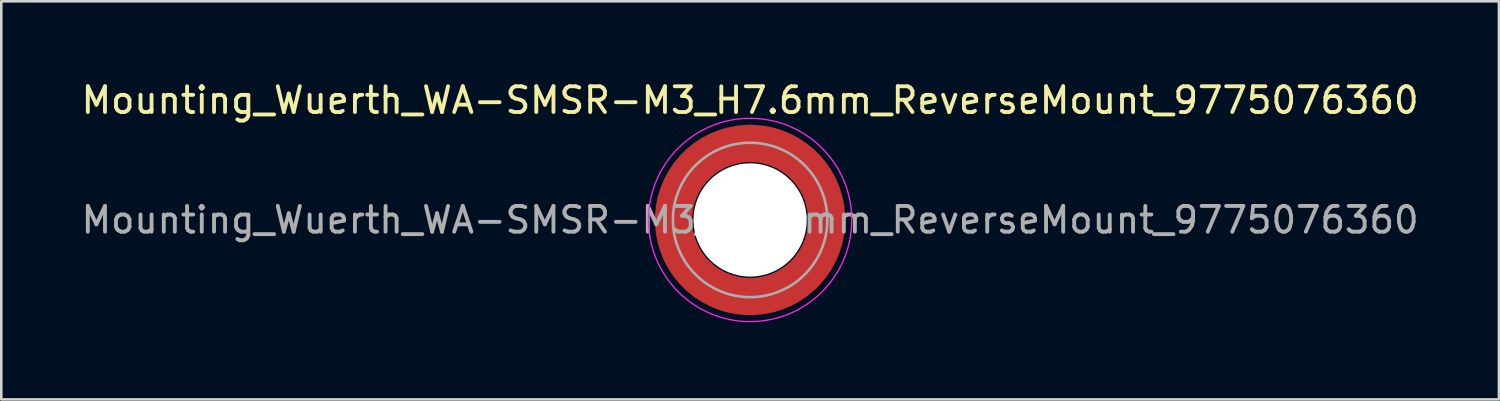
<source format=kicad_pcb>
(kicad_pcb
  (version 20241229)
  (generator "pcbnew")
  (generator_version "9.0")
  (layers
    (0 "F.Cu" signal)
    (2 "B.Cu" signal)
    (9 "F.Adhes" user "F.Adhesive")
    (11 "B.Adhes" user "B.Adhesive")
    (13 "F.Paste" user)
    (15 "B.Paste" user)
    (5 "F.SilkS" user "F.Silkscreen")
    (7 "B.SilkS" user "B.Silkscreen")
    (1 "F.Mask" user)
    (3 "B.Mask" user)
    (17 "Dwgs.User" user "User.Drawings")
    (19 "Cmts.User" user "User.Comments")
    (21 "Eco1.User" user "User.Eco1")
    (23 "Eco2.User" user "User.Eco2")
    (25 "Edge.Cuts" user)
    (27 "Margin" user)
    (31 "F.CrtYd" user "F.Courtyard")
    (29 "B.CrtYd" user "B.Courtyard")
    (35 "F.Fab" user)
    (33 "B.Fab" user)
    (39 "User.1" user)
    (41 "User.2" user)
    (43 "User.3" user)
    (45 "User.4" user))
  (footprint "Mounting_Wuerth_WA-SMSR-M3_H7.6mm_ReverseMount_9775076360"
    (layer "F.Cu")
    (at 26.101 5.498)
    (property "Reference" "Mounting_Wuerth_WA-SMSR-M3_H7.6mm_ReverseMount_9775076360" (at 0 -4.65 0) (layer "F.SilkS") (effects (font (size 1 1) (thickness 0.15))))
    (attr smd)
    (fp_circle (center 0 0) (end 3.95 0) (stroke (width 0.05) (type solid)) (fill no) (layer "F.CrtYd"))
    (fp_circle (center 0 0) (end 3 0) (stroke (width 0.1) (type solid)) (fill no) (layer "F.Fab"))
    (fp_text user "${REFERENCE}" (at 0 0 0) (layer "F.Fab") (effects (font (size 1 1) (thickness 0.15))))
    (pad "" smd custom (at -2.095 -2.095) (size 0.672 0.672) (layers "F.Paste") (options (anchor circle)) (primitives (gr_arc (start -0.24231 1.594804) (mid 0.404819 0.404819) (end 1.594804 -0.24231) (width 0.2)) (gr_arc (start -0.3398 1.594804) (mid 0.337349 0.337349) (end 1.594804 -0.3398) (width 0.2)) (gr_arc (start -0.437132 1.594804) (mid 0.269879 0.269879) (end 1.594804 -0.437132) (width 0.2)) (gr_arc (start -0.534324 1.594804) (mid 0.202409 0.202409) (end 1.594804 -0.534324) (width 0.2)) (gr_arc (start -0.631391 1.594804) (mid 0.134939 0.134939) (end 1.594804 -0.631391) (width 0.2)) (gr_arc (start -0.728345 1.594804) (mid 0.06747 0.06747) (end 1.594804 -0.728345) (width 0.2)) (gr_arc (start -0.825197 1.594804) (mid 0 0) (end 1.594804 -0.825197) (width 0.2)) (gr_arc (start -0.921958 1.594804) (mid -0.067469 -0.067469) (end 1.594804 -0.921958) (width 0.2)) (gr_arc (start -1.018637 1.594804) (mid -0.13494 -0.13494) (end 1.594804 -1.018637) (width 0.2)) (gr_arc (start -1.115239 1.594804) (mid -0.202409 -0.202409) (end 1.594804 -1.115239) (width 0.2)) (gr_arc (start -1.211773 1.594804) (mid -0.269879 -0.269879) (end 1.594804 -1.211773) (width 0.2)) (gr_arc (start -1.308244 1.594804) (mid -0.337349 -0.337349) (end 1.594804 -1.308244) (width 0.2)) (gr_arc (start -1.404657 1.594804) (mid -0.404819 -0.404819) (end 1.594804 -1.404657) (width 0.2)) (gr_arc (start -1.404657 1.594804) (mid -0.404819 -0.404819) (end 1.594804 -1.404657) (width 0.2)) (gr_line (start 1.595 -0.242) (end 1.595 -1.405) (width 0.2)) (gr_line (start -0.242 1.595) (end -1.405 1.595) (width 0.2))))
    (pad "" smd custom (at -2.095 2.095) (size 0.672 0.672) (layers "F.Paste") (options (anchor circle)) (primitives (gr_arc (start 1.594804 0.24231) (mid 0.404819 -0.404819) (end -0.24231 -1.594804) (width 0.2)) (gr_arc (start 1.594804 0.3398) (mid 0.337349 -0.337349) (end -0.3398 -1.594804) (width 0.2)) (gr_arc (start 1.594804 0.437132) (mid 0.269879 -0.269879) (end -0.437132 -1.594804) (width 0.2)) (gr_arc (start 1.594804 0.534324) (mid 0.202409 -0.202409) (end -0.534324 -1.594804) (width 0.2)) (gr_arc (start 1.594804 0.631391) (mid 0.134939 -0.134939) (end -0.631391 -1.594804) (width 0.2)) (gr_arc (start 1.594804 0.728345) (mid 0.06747 -0.06747) (end -0.728345 -1.594804) (width 0.2)) (gr_arc (start 1.594804 0.825197) (mid 0 0) (end -0.825197 -1.594804) (width 0.2)) (gr_arc (start 1.594804 0.921958) (mid -0.067469 0.067469) (end -0.921958 -1.594804) (width 0.2)) (gr_arc (start 1.594804 1.018637) (mid -0.13494 0.13494) (end -1.018637 -1.594804) (width 0.2)) (gr_arc (start 1.594804 1.115239) (mid -0.202409 0.202409) (end -1.115239 -1.594804) (width 0.2)) (gr_arc (start 1.594804 1.211773) (mid -0.269879 0.269879) (end -1.211773 -1.594804) (width 0.2)) (gr_arc (start 1.594804 1.308244) (mid -0.337349 0.337349) (end -1.308244 -1.594804) (width 0.2)) (gr_arc (start 1.594804 1.404657) (mid -0.404819 0.404819) (end -1.404657 -1.594804) (width 0.2)) (gr_arc (start 1.594804 1.404657) (mid -0.404819 0.404819) (end -1.404657 -1.594804) (width 0.2)) (gr_line (start -0.242 -1.595) (end -1.405 -1.595) (width 0.2)) (gr_line (start 1.595 0.242) (end 1.595 1.405) (width 0.2))))
    (pad "" np_thru_hole circle (at 0 0) (size 4.4 4.4) (drill 4.4) (layers "*.Cu" "*.Mask"))
    (pad "" smd custom (at 2.095 -2.095) (size 0.672 0.672) (layers "F.Paste") (options (anchor circle)) (primitives (gr_arc (start -1.594804 -0.24231) (mid -0.404819 0.404819) (end 0.24231 1.594804) (width 0.2)) (gr_arc (start -1.594804 -0.3398) (mid -0.337349 0.337349) (end 0.3398 1.594804) (width 0.2)) (gr_arc (start -1.594804 -0.437132) (mid -0.269879 0.269879) (end 0.437132 1.594804) (width 0.2)) (gr_arc (start -1.594804 -0.534324) (mid -0.202409 0.202409) (end 0.534324 1.594804) (width 0.2)) (gr_arc (start -1.594804 -0.631391) (mid -0.134939 0.134939) (end 0.631391 1.594804) (width 0.2)) (gr_arc (start -1.594804 -0.728345) (mid -0.06747 0.06747) (end 0.728345 1.594804) (width 0.2)) (gr_arc (start -1.594804 -0.825197) (mid 0 0) (end 0.825197 1.594804) (width 0.2)) (gr_arc (start -1.594804 -0.921958) (mid 0.067469 -0.067469) (end 0.921958 1.594804) (width 0.2)) (gr_arc (start -1.594804 -1.018637) (mid 0.13494 -0.13494) (end 1.018637 1.594804) (width 0.2)) (gr_arc (start -1.594804 -1.115239) (mid 0.202409 -0.202409) (end 1.115239 1.594804) (width 0.2)) (gr_arc (start -1.594804 -1.211773) (mid 0.269879 -0.269879) (end 1.211773 1.594804) (width 0.2)) (gr_arc (start -1.594804 -1.308244) (mid 0.337349 -0.337349) (end 1.308244 1.594804) (width 0.2)) (gr_arc (start -1.594804 -1.404657) (mid 0.404819 -0.404819) (end 1.404657 1.594804) (width 0.2)) (gr_arc (start -1.594804 -1.404657) (mid 0.404819 -0.404819) (end 1.404657 1.594804) (width 0.2)) (gr_line (start 0.242 1.595) (end 1.405 1.595) (width 0.2)) (gr_line (start -1.595 -0.242) (end -1.595 -1.405) (width 0.2))))
    (pad "" smd custom (at 2.095 2.095) (size 0.672 0.672) (layers "F.Paste") (options (anchor circle)) (primitives (gr_arc (start 0.24231 -1.594804) (mid -0.404819 -0.404819) (end -1.594804 0.24231) (width 0.2)) (gr_arc (start 0.3398 -1.594804) (mid -0.337349 -0.337349) (end -1.594804 0.3398) (width 0.2)) (gr_arc (start 0.437132 -1.594804) (mid -0.269879 -0.269879) (end -1.594804 0.437132) (width 0.2)) (gr_arc (start 0.534324 -1.594804) (mid -0.202409 -0.202409) (end -1.594804 0.534324) (width 0.2)) (gr_arc (start 0.631391 -1.594804) (mid -0.134939 -0.134939) (end -1.594804 0.631391) (width 0.2)) (gr_arc (start 0.728345 -1.594804) (mid -0.06747 -0.06747) (end -1.594804 0.728345) (width 0.2)) (gr_arc (start 0.825197 -1.594804) (mid 0 0) (end -1.594804 0.825197) (width 0.2)) (gr_arc (start 0.921958 -1.594804) (mid 0.067469 0.067469) (end -1.594804 0.921958) (width 0.2)) (gr_arc (start 1.018637 -1.594804) (mid 0.13494 0.13494) (end -1.594804 1.018637) (width 0.2)) (gr_arc (start 1.115239 -1.594804) (mid 0.202409 0.202409) (end -1.594804 1.115239) (width 0.2)) (gr_arc (start 1.211773 -1.594804) (mid 0.269879 0.269879) (end -1.594804 1.211773) (width 0.2)) (gr_arc (start 1.308244 -1.594804) (mid 0.337349 0.337349) (end -1.594804 1.308244) (width 0.2)) (gr_arc (start 1.404657 -1.594804) (mid 0.404819 0.404819) (end -1.594804 1.404657) (width 0.2)) (gr_arc (start 1.404657 -1.594804) (mid 0.404819 0.404819) (end -1.594804 1.404657) (width 0.2)) (gr_line (start -1.595 0.242) (end -1.595 1.405) (width 0.2)) (gr_line (start 0.242 -1.595) (end 1.405 -1.595) (width 0.2))))
    (pad "1" smd circle (at -2.975 0) (size 1.45 1.45) (layers "F.Cu"))
    (pad "1" smd circle (at 0 -2.975) (size 1.45 1.45) (layers "F.Cu"))
    (pad "1" smd circle (at 0 2.975) (size 1.45 1.45) (layers "F.Cu"))
    (pad "1" smd custom (at 2.975 0) (size 1.45 1.45) (layers "F.Cu" "F.Mask") (options (anchor circle)) (primitives (gr_circle (center -2.975 0) (end 0 0) (width 1.45) (fill no)))))
  (gr_rect
    (start -3 -3)
    (end 55.202 12.473)
    (stroke (width 0.1) (type default))
    (fill no)
    (layer "Edge.Cuts")))
</source>
